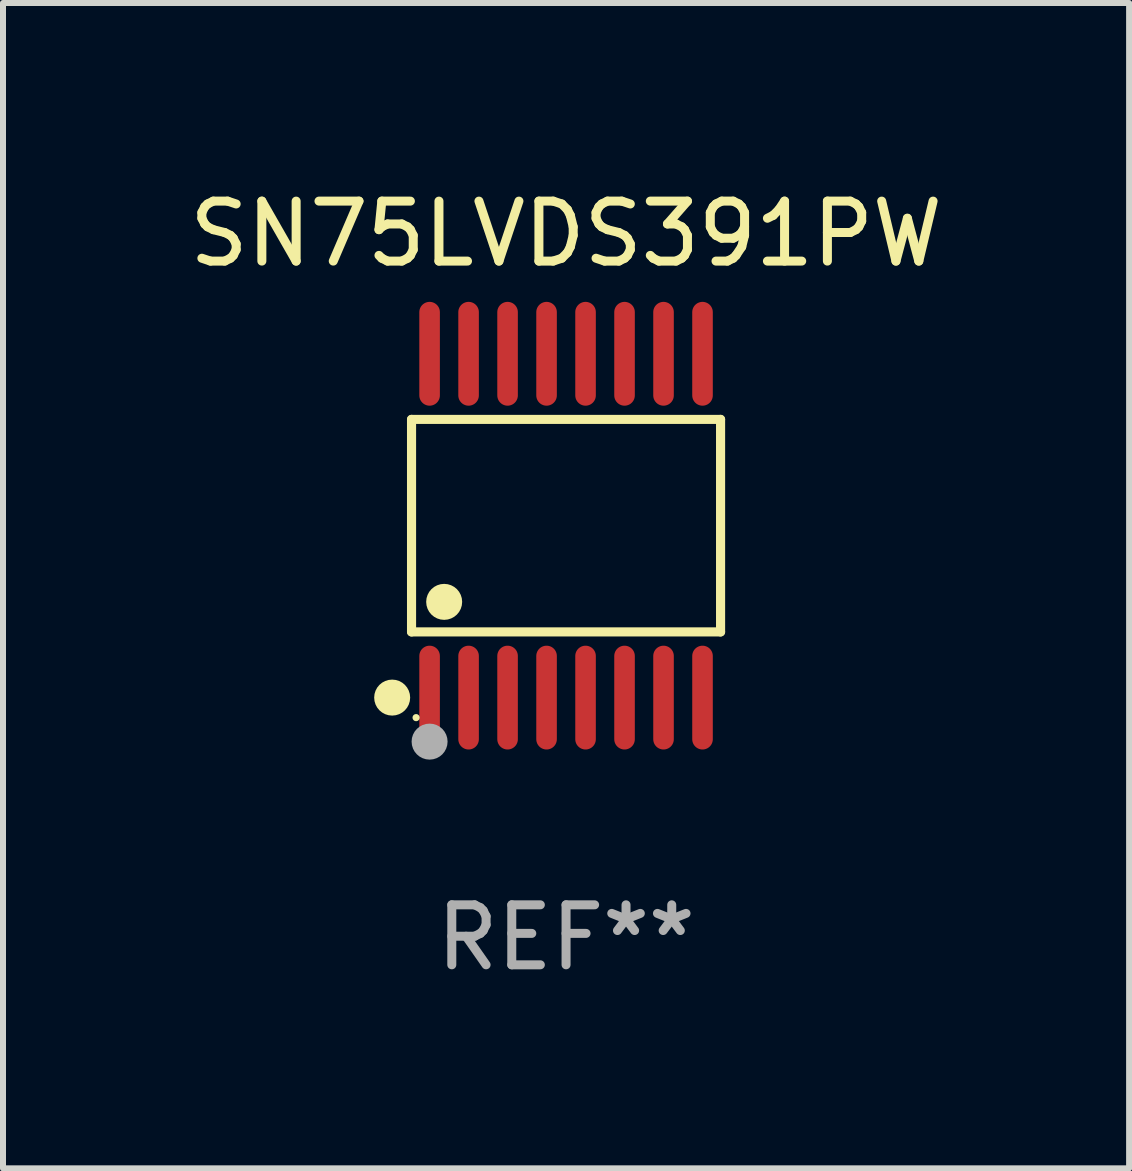
<source format=kicad_pcb>
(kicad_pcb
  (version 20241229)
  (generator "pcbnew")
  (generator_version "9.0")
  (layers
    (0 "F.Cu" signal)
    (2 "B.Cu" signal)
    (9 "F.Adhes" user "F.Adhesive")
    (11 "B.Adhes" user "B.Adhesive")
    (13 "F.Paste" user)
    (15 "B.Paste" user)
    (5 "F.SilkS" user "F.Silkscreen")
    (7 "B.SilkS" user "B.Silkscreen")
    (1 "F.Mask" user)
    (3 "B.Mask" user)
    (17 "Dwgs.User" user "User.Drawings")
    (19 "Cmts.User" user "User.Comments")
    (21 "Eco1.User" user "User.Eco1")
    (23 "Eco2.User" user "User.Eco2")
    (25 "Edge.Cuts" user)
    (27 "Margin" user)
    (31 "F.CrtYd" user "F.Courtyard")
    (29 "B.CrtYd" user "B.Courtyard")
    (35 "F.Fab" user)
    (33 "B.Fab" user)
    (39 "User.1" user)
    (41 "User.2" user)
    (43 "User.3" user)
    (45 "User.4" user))
  (footprint "SN75LVDS391PW"
    (layer "F.Cu")
    (at 6.387 5.714)
    (property "Reference" "SN75LVDS391PW" (at 0 -4.866 0) (layer "F.SilkS") (effects (font (size 1 1) (thickness 0.15))))
    (attr through_hole)
    (fp_line (start -2.576 -1.772) (end 2.576 -1.772) (stroke (width 0.152) (type solid)) (layer "F.SilkS"))
    (fp_line (start -2.576 1.771) (end -2.576 -1.772) (stroke (width 0.152) (type solid)) (layer "F.SilkS"))
    (fp_line (start 2.576 -1.772) (end 2.576 1.771) (stroke (width 0.152) (type solid)) (layer "F.SilkS"))
    (fp_line (start 2.576 1.771) (end -2.576 1.771) (stroke (width 0.152) (type solid)) (layer "F.SilkS"))
    (fp_circle (center -2.899 2.866) (end -2.749 2.866) (stroke (width 0.3) (type solid)) (fill no) (layer "F.SilkS"))
    (fp_circle (center -2.5 3.2) (end -2.47 3.2) (stroke (width 0.06) (type solid)) (fill no) (layer "F.SilkS"))
    (fp_circle (center -2.032 1.27) (end -1.882 1.27) (stroke (width 0.3) (type solid)) (fill no) (layer "F.SilkS"))
    (fp_circle (center -2.275 3.6) (end -2.125 3.6) (stroke (width 0.3) (type solid)) (fill no) (layer "F.Fab"))
    (fp_text user "REF**" (at 0 6.866 0) (layer "F.Fab") (effects (font (size 1 1) (thickness 0.15))))
    (pad "1" smd oval (at -2.275 2.866) (size 0.343 1.731) (layers "F.Cu" "F.Mask" "F.Paste"))
    (pad "2" smd oval (at -1.625 2.866) (size 0.343 1.731) (layers "F.Cu" "F.Mask" "F.Paste"))
    (pad "3" smd oval (at -0.975 2.866) (size 0.343 1.731) (layers "F.Cu" "F.Mask" "F.Paste"))
    (pad "4" smd oval (at -0.325 2.866) (size 0.343 1.731) (layers "F.Cu" "F.Mask" "F.Paste"))
    (pad "5" smd oval (at 0.325 2.866) (size 0.343 1.731) (layers "F.Cu" "F.Mask" "F.Paste"))
    (pad "6" smd oval (at 0.975 2.866) (size 0.343 1.731) (layers "F.Cu" "F.Mask" "F.Paste"))
    (pad "7" smd oval (at 1.625 2.866) (size 0.343 1.731) (layers "F.Cu" "F.Mask" "F.Paste"))
    (pad "8" smd oval (at 2.275 2.866) (size 0.343 1.731) (layers "F.Cu" "F.Mask" "F.Paste"))
    (pad "9" smd oval (at 2.275 -2.866) (size 0.343 1.731) (layers "F.Cu" "F.Mask" "F.Paste"))
    (pad "10" smd oval (at 1.625 -2.866) (size 0.343 1.731) (layers "F.Cu" "F.Mask" "F.Paste"))
    (pad "11" smd oval (at 0.975 -2.866) (size 0.343 1.731) (layers "F.Cu" "F.Mask" "F.Paste"))
    (pad "12" smd oval (at 0.325 -2.866) (size 0.343 1.731) (layers "F.Cu" "F.Mask" "F.Paste"))
    (pad "13" smd oval (at -0.325 -2.866) (size 0.343 1.731) (layers "F.Cu" "F.Mask" "F.Paste"))
    (pad "14" smd oval (at -0.975 -2.866) (size 0.343 1.731) (layers "F.Cu" "F.Mask" "F.Paste"))
    (pad "15" smd oval (at -1.625 -2.866) (size 0.343 1.731) (layers "F.Cu" "F.Mask" "F.Paste"))
    (pad "16" smd oval (at -2.275 -2.866) (size 0.343 1.731) (layers "F.Cu" "F.Mask" "F.Paste")))
  (gr_rect
    (start -3 -3)
    (end 15.774 16.428)
    (stroke (width 0.1) (type default))
    (fill no)
    (layer "Edge.Cuts")))
</source>
